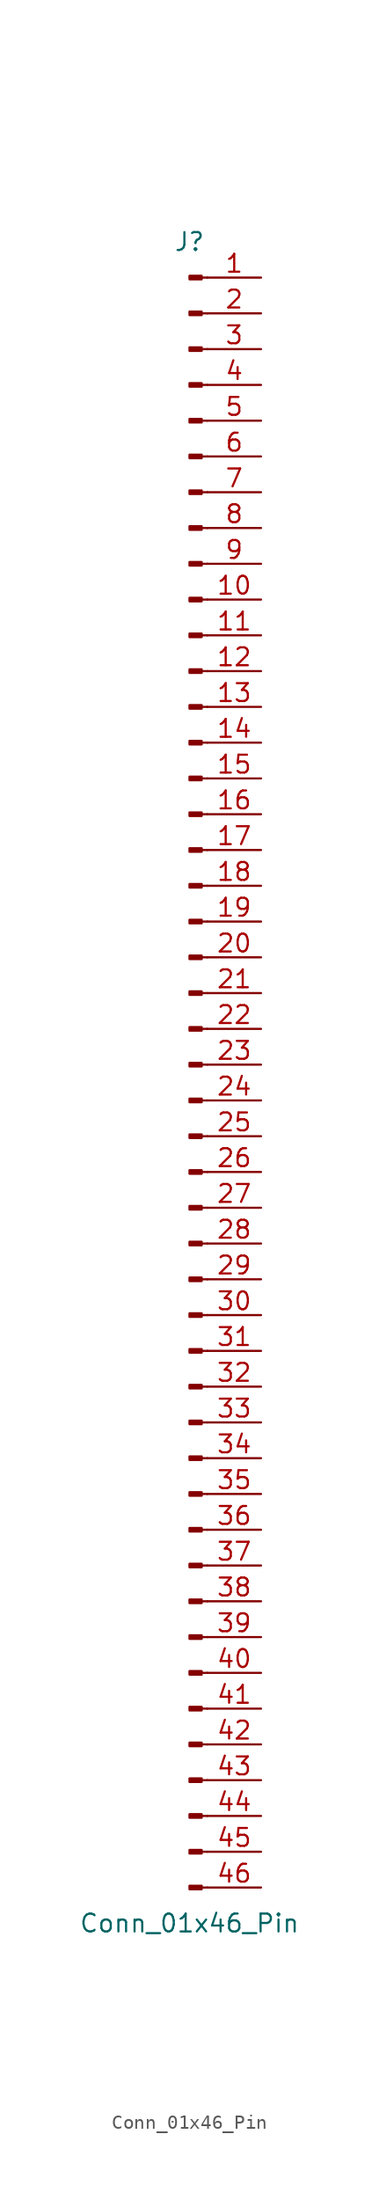
<source format=kicad_sym>
(kicad_symbol_lib
  (version 20241209)
  (generator "kicad_symbol_editor")
  (generator_version "9.0")
  (symbol "Conn_01x46_Pin"
    (pin_names
      (offset 1.016)
      (hide yes))
    (property "Reference" "J"
      (at 0 58.42 0)
      (effects (font (size 1.27 1.27))))
    (property "Value" "Conn_01x46_Pin"
      (at 0 -60.96 0)
      (effects (font (size 1.27 1.27))))
    (property "ki_locked" ""
      (at 0 0 0)
      (effects (font (size 1.27 1.27))))
    (symbol "Conn_01x46_Pin_1_1"
      (rectangle (start 0.864 56.007) (end 0 55.753) (stroke (width 0.152) (type default)) (fill (type outline)))
      (rectangle (start 0.864 53.467) (end 0 53.213) (stroke (width 0.152) (type default)) (fill (type outline)))
      (rectangle (start 0.864 50.927) (end 0 50.673) (stroke (width 0.152) (type default)) (fill (type outline)))
      (rectangle (start 0.864 48.387) (end 0 48.133) (stroke (width 0.152) (type default)) (fill (type outline)))
      (rectangle (start 0.864 45.847) (end 0 45.593) (stroke (width 0.152) (type default)) (fill (type outline)))
      (rectangle (start 0.864 43.307) (end 0 43.053) (stroke (width 0.152) (type default)) (fill (type outline)))
      (rectangle (start 0.864 40.767) (end 0 40.513) (stroke (width 0.152) (type default)) (fill (type outline)))
      (rectangle (start 0.864 38.227) (end 0 37.973) (stroke (width 0.152) (type default)) (fill (type outline)))
      (rectangle (start 0.864 35.687) (end 0 35.433) (stroke (width 0.152) (type default)) (fill (type outline)))
      (rectangle (start 0.864 33.147) (end 0 32.893) (stroke (width 0.152) (type default)) (fill (type outline)))
      (rectangle (start 0.864 30.607) (end 0 30.353) (stroke (width 0.152) (type default)) (fill (type outline)))
      (rectangle (start 0.864 28.067) (end 0 27.813) (stroke (width 0.152) (type default)) (fill (type outline)))
      (rectangle (start 0.864 25.527) (end 0 25.273) (stroke (width 0.152) (type default)) (fill (type outline)))
      (rectangle (start 0.864 22.987) (end 0 22.733) (stroke (width 0.152) (type default)) (fill (type outline)))
      (rectangle (start 0.864 20.447) (end 0 20.193) (stroke (width 0.152) (type default)) (fill (type outline)))
      (rectangle (start 0.864 17.907) (end 0 17.653) (stroke (width 0.152) (type default)) (fill (type outline)))
      (rectangle (start 0.864 15.367) (end 0 15.113) (stroke (width 0.152) (type default)) (fill (type outline)))
      (rectangle (start 0.864 12.827) (end 0 12.573) (stroke (width 0.152) (type default)) (fill (type outline)))
      (rectangle (start 0.864 10.287) (end 0 10.033) (stroke (width 0.152) (type default)) (fill (type outline)))
      (rectangle (start 0.864 7.747) (end 0 7.493) (stroke (width 0.152) (type default)) (fill (type outline)))
      (rectangle (start 0.864 5.207) (end 0 4.953) (stroke (width 0.152) (type default)) (fill (type outline)))
      (rectangle (start 0.864 2.667) (end 0 2.413) (stroke (width 0.152) (type default)) (fill (type outline)))
      (rectangle (start 0.864 0.127) (end 0 -0.127) (stroke (width 0.152) (type default)) (fill (type outline)))
      (rectangle (start 0.864 -2.413) (end 0 -2.667) (stroke (width 0.152) (type default)) (fill (type outline)))
      (rectangle (start 0.864 -4.953) (end 0 -5.207) (stroke (width 0.152) (type default)) (fill (type outline)))
      (rectangle (start 0.864 -7.493) (end 0 -7.747) (stroke (width 0.152) (type default)) (fill (type outline)))
      (rectangle (start 0.864 -10.033) (end 0 -10.287) (stroke (width 0.152) (type default)) (fill (type outline)))
      (rectangle (start 0.864 -12.573) (end 0 -12.827) (stroke (width 0.152) (type default)) (fill (type outline)))
      (rectangle (start 0.864 -15.113) (end 0 -15.367) (stroke (width 0.152) (type default)) (fill (type outline)))
      (rectangle (start 0.864 -17.653) (end 0 -17.907) (stroke (width 0.152) (type default)) (fill (type outline)))
      (rectangle (start 0.864 -20.193) (end 0 -20.447) (stroke (width 0.152) (type default)) (fill (type outline)))
      (rectangle (start 0.864 -22.733) (end 0 -22.987) (stroke (width 0.152) (type default)) (fill (type outline)))
      (rectangle (start 0.864 -25.273) (end 0 -25.527) (stroke (width 0.152) (type default)) (fill (type outline)))
      (rectangle (start 0.864 -27.813) (end 0 -28.067) (stroke (width 0.152) (type default)) (fill (type outline)))
      (rectangle (start 0.864 -30.353) (end 0 -30.607) (stroke (width 0.152) (type default)) (fill (type outline)))
      (rectangle (start 0.864 -32.893) (end 0 -33.147) (stroke (width 0.152) (type default)) (fill (type outline)))
      (rectangle (start 0.864 -35.433) (end 0 -35.687) (stroke (width 0.152) (type default)) (fill (type outline)))
      (rectangle (start 0.864 -37.973) (end 0 -38.227) (stroke (width 0.152) (type default)) (fill (type outline)))
      (rectangle (start 0.864 -40.513) (end 0 -40.767) (stroke (width 0.152) (type default)) (fill (type outline)))
      (rectangle (start 0.864 -43.053) (end 0 -43.307) (stroke (width 0.152) (type default)) (fill (type outline)))
      (rectangle (start 0.864 -45.593) (end 0 -45.847) (stroke (width 0.152) (type default)) (fill (type outline)))
      (rectangle (start 0.864 -48.133) (end 0 -48.387) (stroke (width 0.152) (type default)) (fill (type outline)))
      (rectangle (start 0.864 -50.673) (end 0 -50.927) (stroke (width 0.152) (type default)) (fill (type outline)))
      (rectangle (start 0.864 -53.213) (end 0 -53.467) (stroke (width 0.152) (type default)) (fill (type outline)))
      (rectangle (start 0.864 -55.753) (end 0 -56.007) (stroke (width 0.152) (type default)) (fill (type outline)))
      (rectangle (start 0.864 -58.293) (end 0 -58.547) (stroke (width 0.152) (type default)) (fill (type outline)))
      (polyline (pts (xy 1.27 55.88) (xy 0.864 55.88)) (stroke (width 0.152) (type default)) (fill (type none)))
      (polyline (pts (xy 1.27 53.34) (xy 0.864 53.34)) (stroke (width 0.152) (type default)) (fill (type none)))
      (polyline (pts (xy 1.27 50.8) (xy 0.864 50.8)) (stroke (width 0.152) (type default)) (fill (type none)))
      (polyline (pts (xy 1.27 48.26) (xy 0.864 48.26)) (stroke (width 0.152) (type default)) (fill (type none)))
      (polyline (pts (xy 1.27 45.72) (xy 0.864 45.72)) (stroke (width 0.152) (type default)) (fill (type none)))
      (polyline (pts (xy 1.27 43.18) (xy 0.864 43.18)) (stroke (width 0.152) (type default)) (fill (type none)))
      (polyline (pts (xy 1.27 40.64) (xy 0.864 40.64)) (stroke (width 0.152) (type default)) (fill (type none)))
      (polyline (pts (xy 1.27 38.1) (xy 0.864 38.1)) (stroke (width 0.152) (type default)) (fill (type none)))
      (polyline (pts (xy 1.27 35.56) (xy 0.864 35.56)) (stroke (width 0.152) (type default)) (fill (type none)))
      (polyline (pts (xy 1.27 33.02) (xy 0.864 33.02)) (stroke (width 0.152) (type default)) (fill (type none)))
      (polyline (pts (xy 1.27 30.48) (xy 0.864 30.48)) (stroke (width 0.152) (type default)) (fill (type none)))
      (polyline (pts (xy 1.27 27.94) (xy 0.864 27.94)) (stroke (width 0.152) (type default)) (fill (type none)))
      (polyline (pts (xy 1.27 25.4) (xy 0.864 25.4)) (stroke (width 0.152) (type default)) (fill (type none)))
      (polyline (pts (xy 1.27 22.86) (xy 0.864 22.86)) (stroke (width 0.152) (type default)) (fill (type none)))
      (polyline (pts (xy 1.27 20.32) (xy 0.864 20.32)) (stroke (width 0.152) (type default)) (fill (type none)))
      (polyline (pts (xy 1.27 17.78) (xy 0.864 17.78)) (stroke (width 0.152) (type default)) (fill (type none)))
      (polyline (pts (xy 1.27 15.24) (xy 0.864 15.24)) (stroke (width 0.152) (type default)) (fill (type none)))
      (polyline (pts (xy 1.27 12.7) (xy 0.864 12.7)) (stroke (width 0.152) (type default)) (fill (type none)))
      (polyline (pts (xy 1.27 10.16) (xy 0.864 10.16)) (stroke (width 0.152) (type default)) (fill (type none)))
      (polyline (pts (xy 1.27 7.62) (xy 0.864 7.62)) (stroke (width 0.152) (type default)) (fill (type none)))
      (polyline (pts (xy 1.27 5.08) (xy 0.864 5.08)) (stroke (width 0.152) (type default)) (fill (type none)))
      (polyline (pts (xy 1.27 2.54) (xy 0.864 2.54)) (stroke (width 0.152) (type default)) (fill (type none)))
      (polyline (pts (xy 1.27 0) (xy 0.864 0)) (stroke (width 0.152) (type default)) (fill (type none)))
      (polyline (pts (xy 1.27 -2.54) (xy 0.864 -2.54)) (stroke (width 0.152) (type default)) (fill (type none)))
      (polyline (pts (xy 1.27 -5.08) (xy 0.864 -5.08)) (stroke (width 0.152) (type default)) (fill (type none)))
      (polyline (pts (xy 1.27 -7.62) (xy 0.864 -7.62)) (stroke (width 0.152) (type default)) (fill (type none)))
      (polyline (pts (xy 1.27 -10.16) (xy 0.864 -10.16)) (stroke (width 0.152) (type default)) (fill (type none)))
      (polyline (pts (xy 1.27 -12.7) (xy 0.864 -12.7)) (stroke (width 0.152) (type default)) (fill (type none)))
      (polyline (pts (xy 1.27 -15.24) (xy 0.864 -15.24)) (stroke (width 0.152) (type default)) (fill (type none)))
      (polyline (pts (xy 1.27 -17.78) (xy 0.864 -17.78)) (stroke (width 0.152) (type default)) (fill (type none)))
      (polyline (pts (xy 1.27 -20.32) (xy 0.864 -20.32)) (stroke (width 0.152) (type default)) (fill (type none)))
      (polyline (pts (xy 1.27 -22.86) (xy 0.864 -22.86)) (stroke (width 0.152) (type default)) (fill (type none)))
      (polyline (pts (xy 1.27 -25.4) (xy 0.864 -25.4)) (stroke (width 0.152) (type default)) (fill (type none)))
      (polyline (pts (xy 1.27 -27.94) (xy 0.864 -27.94)) (stroke (width 0.152) (type default)) (fill (type none)))
      (polyline (pts (xy 1.27 -30.48) (xy 0.864 -30.48)) (stroke (width 0.152) (type default)) (fill (type none)))
      (polyline (pts (xy 1.27 -33.02) (xy 0.864 -33.02)) (stroke (width 0.152) (type default)) (fill (type none)))
      (polyline (pts (xy 1.27 -35.56) (xy 0.864 -35.56)) (stroke (width 0.152) (type default)) (fill (type none)))
      (polyline (pts (xy 1.27 -38.1) (xy 0.864 -38.1)) (stroke (width 0.152) (type default)) (fill (type none)))
      (polyline (pts (xy 1.27 -40.64) (xy 0.864 -40.64)) (stroke (width 0.152) (type default)) (fill (type none)))
      (polyline (pts (xy 1.27 -43.18) (xy 0.864 -43.18)) (stroke (width 0.152) (type default)) (fill (type none)))
      (polyline (pts (xy 1.27 -45.72) (xy 0.864 -45.72)) (stroke (width 0.152) (type default)) (fill (type none)))
      (polyline (pts (xy 1.27 -48.26) (xy 0.864 -48.26)) (stroke (width 0.152) (type default)) (fill (type none)))
      (polyline (pts (xy 1.27 -50.8) (xy 0.864 -50.8)) (stroke (width 0.152) (type default)) (fill (type none)))
      (polyline (pts (xy 1.27 -53.34) (xy 0.864 -53.34)) (stroke (width 0.152) (type default)) (fill (type none)))
      (polyline (pts (xy 1.27 -55.88) (xy 0.864 -55.88)) (stroke (width 0.152) (type default)) (fill (type none)))
      (polyline (pts (xy 1.27 -58.42) (xy 0.864 -58.42)) (stroke (width 0.152) (type default)) (fill (type none)))
      (pin passive line (at 5.08 55.88 180) (length 3.81) (name "Pin_1" (effects (font (size 1.27 1.27)))) (number "1" (effects (font (size 1.27 1.27)))))
      (pin passive line (at 5.08 53.34 180) (length 3.81) (name "Pin_2" (effects (font (size 1.27 1.27)))) (number "2" (effects (font (size 1.27 1.27)))))
      (pin passive line (at 5.08 50.8 180) (length 3.81) (name "Pin_3" (effects (font (size 1.27 1.27)))) (number "3" (effects (font (size 1.27 1.27)))))
      (pin passive line (at 5.08 48.26 180) (length 3.81) (name "Pin_4" (effects (font (size 1.27 1.27)))) (number "4" (effects (font (size 1.27 1.27)))))
      (pin passive line (at 5.08 45.72 180) (length 3.81) (name "Pin_5" (effects (font (size 1.27 1.27)))) (number "5" (effects (font (size 1.27 1.27)))))
      (pin passive line (at 5.08 43.18 180) (length 3.81) (name "Pin_6" (effects (font (size 1.27 1.27)))) (number "6" (effects (font (size 1.27 1.27)))))
      (pin passive line (at 5.08 40.64 180) (length 3.81) (name "Pin_7" (effects (font (size 1.27 1.27)))) (number "7" (effects (font (size 1.27 1.27)))))
      (pin passive line (at 5.08 38.1 180) (length 3.81) (name "Pin_8" (effects (font (size 1.27 1.27)))) (number "8" (effects (font (size 1.27 1.27)))))
      (pin passive line (at 5.08 35.56 180) (length 3.81) (name "Pin_9" (effects (font (size 1.27 1.27)))) (number "9" (effects (font (size 1.27 1.27)))))
      (pin passive line (at 5.08 33.02 180) (length 3.81) (name "Pin_10" (effects (font (size 1.27 1.27)))) (number "10" (effects (font (size 1.27 1.27)))))
      (pin passive line (at 5.08 30.48 180) (length 3.81) (name "Pin_11" (effects (font (size 1.27 1.27)))) (number "11" (effects (font (size 1.27 1.27)))))
      (pin passive line (at 5.08 27.94 180) (length 3.81) (name "Pin_12" (effects (font (size 1.27 1.27)))) (number "12" (effects (font (size 1.27 1.27)))))
      (pin passive line (at 5.08 25.4 180) (length 3.81) (name "Pin_13" (effects (font (size 1.27 1.27)))) (number "13" (effects (font (size 1.27 1.27)))))
      (pin passive line (at 5.08 22.86 180) (length 3.81) (name "Pin_14" (effects (font (size 1.27 1.27)))) (number "14" (effects (font (size 1.27 1.27)))))
      (pin passive line (at 5.08 20.32 180) (length 3.81) (name "Pin_15" (effects (font (size 1.27 1.27)))) (number "15" (effects (font (size 1.27 1.27)))))
      (pin passive line (at 5.08 17.78 180) (length 3.81) (name "Pin_16" (effects (font (size 1.27 1.27)))) (number "16" (effects (font (size 1.27 1.27)))))
      (pin passive line (at 5.08 15.24 180) (length 3.81) (name "Pin_17" (effects (font (size 1.27 1.27)))) (number "17" (effects (font (size 1.27 1.27)))))
      (pin passive line (at 5.08 12.7 180) (length 3.81) (name "Pin_18" (effects (font (size 1.27 1.27)))) (number "18" (effects (font (size 1.27 1.27)))))
      (pin passive line (at 5.08 10.16 180) (length 3.81) (name "Pin_19" (effects (font (size 1.27 1.27)))) (number "19" (effects (font (size 1.27 1.27)))))
      (pin passive line (at 5.08 7.62 180) (length 3.81) (name "Pin_20" (effects (font (size 1.27 1.27)))) (number "20" (effects (font (size 1.27 1.27)))))
      (pin passive line (at 5.08 5.08 180) (length 3.81) (name "Pin_21" (effects (font (size 1.27 1.27)))) (number "21" (effects (font (size 1.27 1.27)))))
      (pin passive line (at 5.08 2.54 180) (length 3.81) (name "Pin_22" (effects (font (size 1.27 1.27)))) (number "22" (effects (font (size 1.27 1.27)))))
      (pin passive line (at 5.08 0 180) (length 3.81) (name "Pin_23" (effects (font (size 1.27 1.27)))) (number "23" (effects (font (size 1.27 1.27)))))
      (pin passive line (at 5.08 -2.54 180) (length 3.81) (name "Pin_24" (effects (font (size 1.27 1.27)))) (number "24" (effects (font (size 1.27 1.27)))))
      (pin passive line (at 5.08 -5.08 180) (length 3.81) (name "Pin_25" (effects (font (size 1.27 1.27)))) (number "25" (effects (font (size 1.27 1.27)))))
      (pin passive line (at 5.08 -7.62 180) (length 3.81) (name "Pin_26" (effects (font (size 1.27 1.27)))) (number "26" (effects (font (size 1.27 1.27)))))
      (pin passive line (at 5.08 -10.16 180) (length 3.81) (name "Pin_27" (effects (font (size 1.27 1.27)))) (number "27" (effects (font (size 1.27 1.27)))))
      (pin passive line (at 5.08 -12.7 180) (length 3.81) (name "Pin_28" (effects (font (size 1.27 1.27)))) (number "28" (effects (font (size 1.27 1.27)))))
      (pin passive line (at 5.08 -15.24 180) (length 3.81) (name "Pin_29" (effects (font (size 1.27 1.27)))) (number "29" (effects (font (size 1.27 1.27)))))
      (pin passive line (at 5.08 -17.78 180) (length 3.81) (name "Pin_30" (effects (font (size 1.27 1.27)))) (number "30" (effects (font (size 1.27 1.27)))))
      (pin passive line (at 5.08 -20.32 180) (length 3.81) (name "Pin_31" (effects (font (size 1.27 1.27)))) (number "31" (effects (font (size 1.27 1.27)))))
      (pin passive line (at 5.08 -22.86 180) (length 3.81) (name "Pin_32" (effects (font (size 1.27 1.27)))) (number "32" (effects (font (size 1.27 1.27)))))
      (pin passive line (at 5.08 -25.4 180) (length 3.81) (name "Pin_33" (effects (font (size 1.27 1.27)))) (number "33" (effects (font (size 1.27 1.27)))))
      (pin passive line (at 5.08 -27.94 180) (length 3.81) (name "Pin_34" (effects (font (size 1.27 1.27)))) (number "34" (effects (font (size 1.27 1.27)))))
      (pin passive line (at 5.08 -30.48 180) (length 3.81) (name "Pin_35" (effects (font (size 1.27 1.27)))) (number "35" (effects (font (size 1.27 1.27)))))
      (pin passive line (at 5.08 -33.02 180) (length 3.81) (name "Pin_36" (effects (font (size 1.27 1.27)))) (number "36" (effects (font (size 1.27 1.27)))))
      (pin passive line (at 5.08 -35.56 180) (length 3.81) (name "Pin_37" (effects (font (size 1.27 1.27)))) (number "37" (effects (font (size 1.27 1.27)))))
      (pin passive line (at 5.08 -38.1 180) (length 3.81) (name "Pin_38" (effects (font (size 1.27 1.27)))) (number "38" (effects (font (size 1.27 1.27)))))
      (pin passive line (at 5.08 -40.64 180) (length 3.81) (name "Pin_39" (effects (font (size 1.27 1.27)))) (number "39" (effects (font (size 1.27 1.27)))))
      (pin passive line (at 5.08 -43.18 180) (length 3.81) (name "Pin_40" (effects (font (size 1.27 1.27)))) (number "40" (effects (font (size 1.27 1.27)))))
      (pin passive line (at 5.08 -45.72 180) (length 3.81) (name "Pin_41" (effects (font (size 1.27 1.27)))) (number "41" (effects (font (size 1.27 1.27)))))
      (pin passive line (at 5.08 -48.26 180) (length 3.81) (name "Pin_42" (effects (font (size 1.27 1.27)))) (number "42" (effects (font (size 1.27 1.27)))))
      (pin passive line (at 5.08 -50.8 180) (length 3.81) (name "Pin_43" (effects (font (size 1.27 1.27)))) (number "43" (effects (font (size 1.27 1.27)))))
      (pin passive line (at 5.08 -53.34 180) (length 3.81) (name "Pin_44" (effects (font (size 1.27 1.27)))) (number "44" (effects (font (size 1.27 1.27)))))
      (pin passive line (at 5.08 -55.88 180) (length 3.81) (name "Pin_45" (effects (font (size 1.27 1.27)))) (number "45" (effects (font (size 1.27 1.27)))))
      (pin passive line (at 5.08 -58.42 180) (length 3.81) (name "Pin_46" (effects (font (size 1.27 1.27)))) (number "46" (effects (font (size 1.27 1.27))))))))
</source>
